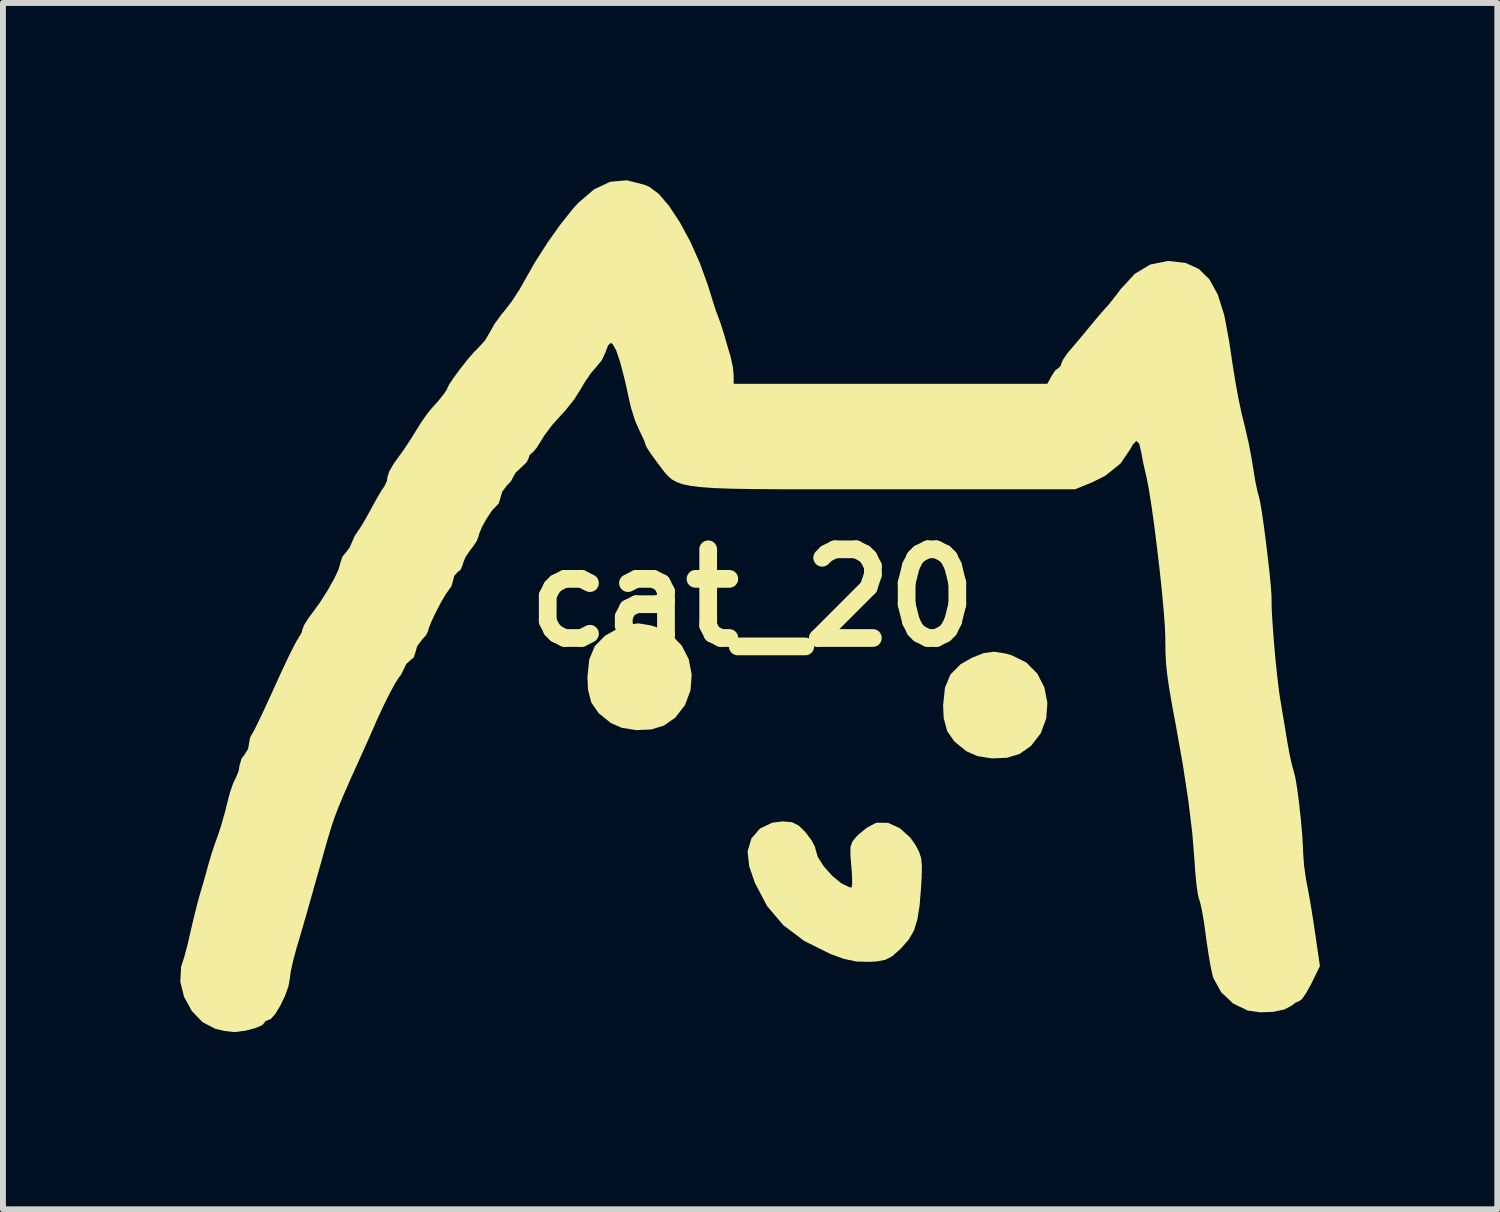
<source format=kicad_pcb>
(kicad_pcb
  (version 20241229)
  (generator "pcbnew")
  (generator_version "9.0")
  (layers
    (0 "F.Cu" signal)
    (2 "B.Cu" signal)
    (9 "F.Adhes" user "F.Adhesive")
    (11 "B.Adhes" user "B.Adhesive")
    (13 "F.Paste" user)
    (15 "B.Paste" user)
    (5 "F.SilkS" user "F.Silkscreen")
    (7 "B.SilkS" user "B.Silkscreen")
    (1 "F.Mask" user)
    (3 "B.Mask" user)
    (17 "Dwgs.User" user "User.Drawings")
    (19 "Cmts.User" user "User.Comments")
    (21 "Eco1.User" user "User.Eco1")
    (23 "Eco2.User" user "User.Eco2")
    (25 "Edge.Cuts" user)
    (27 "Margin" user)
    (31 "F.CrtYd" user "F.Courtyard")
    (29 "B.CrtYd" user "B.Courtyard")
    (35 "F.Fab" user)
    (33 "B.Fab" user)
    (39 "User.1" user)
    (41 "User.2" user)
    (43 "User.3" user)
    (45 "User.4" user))
  (footprint "cat_20"
    (layer "F.Cu")
    (at 9.68 7.064)
    (property "Reference" "cat_20" (at 0 0 0) (layer "F.SilkS") (effects (font (size 1.5 1.5) (thickness 0.3))))
    (attr board_only exclude_from_pos_files exclude_from_bom)
    (fp_poly (pts (xy -1.733 0.463) (xy -1.637 0.49) (xy -1.385 0.614) (xy -1.199 0.804) (xy -1.079 1.038) (xy -1.029 1.298) (xy -1.049 1.562) (xy -1.141 1.812) (xy -1.307 2.026) (xy -1.5 2.161) (xy -1.712 2.225) (xy -1.964 2.237) (xy -2.211 2.198) (xy -2.397 2.117) (xy -2.602 1.951) (xy -2.726 1.774) (xy -2.783 1.554) (xy -2.793 1.339) (xy -2.762 1.041) (xy -2.668 0.816) (xy -2.498 0.643) (xy -2.308 0.534) (xy -2.105 0.454) (xy -1.93 0.431)) (stroke (width 0) (type solid)) (fill yes) (layer "F.SilkS"))
    (fp_poly (pts (xy 4.284 0.942) (xy 4.38 0.969) (xy 4.632 1.093) (xy 4.819 1.283) (xy 4.938 1.517) (xy 4.988 1.777) (xy 4.968 2.042) (xy 4.876 2.291) (xy 4.71 2.505) (xy 4.517 2.64) (xy 4.306 2.704) (xy 4.053 2.716) (xy 3.807 2.677) (xy 3.62 2.596) (xy 3.415 2.43) (xy 3.292 2.253) (xy 3.234 2.033) (xy 3.224 1.819) (xy 3.255 1.52) (xy 3.349 1.295) (xy 3.519 1.123) (xy 3.709 1.014) (xy 3.912 0.933) (xy 4.087 0.91)) (stroke (width 0) (type solid)) (fill yes) (layer "F.SilkS"))
    (fp_poly (pts (xy 0.665 3.794) (xy 0.781 3.851) (xy 0.9 3.969) (xy 0.999 4.101) (xy 1.058 4.215) (xy 1.065 4.249) (xy 1.105 4.386) (xy 1.209 4.547) (xy 1.35 4.703) (xy 1.502 4.828) (xy 1.64 4.895) (xy 1.675 4.899) (xy 1.685 4.85) (xy 1.684 4.723) (xy 1.672 4.543) (xy 1.67 4.529) (xy 1.655 4.333) (xy 1.658 4.209) (xy 1.689 4.123) (xy 1.755 4.041) (xy 1.796 4) (xy 1.935 3.887) (xy 2.078 3.811) (xy 2.107 3.802) (xy 2.294 3.806) (xy 2.49 3.895) (xy 2.668 4.054) (xy 2.757 4.18) (xy 2.817 4.293) (xy 2.852 4.401) (xy 2.865 4.533) (xy 2.861 4.723) (xy 2.853 4.872) (xy 2.827 5.199) (xy 2.788 5.443) (xy 2.73 5.629) (xy 2.643 5.78) (xy 2.52 5.92) (xy 2.504 5.936) (xy 2.368 6.058) (xy 2.249 6.122) (xy 2.1 6.15) (xy 1.985 6.157) (xy 1.759 6.152) (xy 1.542 6.106) (xy 1.32 6.025) (xy 0.875 5.804) (xy 0.521 5.537) (xy 0.247 5.214) (xy 0.041 4.823) (xy -0.056 4.542) (xy -0.084 4.289) (xy -0.019 4.07) (xy 0.125 3.902) (xy 0.335 3.802) (xy 0.508 3.781)) (stroke (width 0) (type solid)) (fill yes) (layer "F.SilkS"))
    (fp_poly (pts (xy -1.826 -6.988) (xy -1.743 -6.952) (xy -1.584 -6.832) (xy -1.409 -6.627) (xy -1.229 -6.353) (xy -1.053 -6.027) (xy -0.892 -5.667) (xy -0.755 -5.289) (xy -0.725 -5.192) (xy -0.667 -5.004) (xy -0.615 -4.844) (xy -0.585 -4.766) (xy -0.541 -4.646) (xy -0.489 -4.483) (xy -0.478 -4.446) (xy -0.425 -4.263) (xy -0.374 -4.091) (xy -0.368 -4.07) (xy -0.332 -3.902) (xy -0.319 -3.764) (xy -0.319 -3.621) (xy 2.334 -3.621) (xy 4.987 -3.621) (xy 5.059 -3.754) (xy 5.124 -3.851) (xy 5.174 -3.887) (xy 5.216 -3.929) (xy 5.219 -3.954) (xy 5.253 -4.033) (xy 5.335 -4.149) (xy 5.366 -4.185) (xy 5.487 -4.327) (xy 5.631 -4.499) (xy 5.698 -4.581) (xy 5.818 -4.726) (xy 5.923 -4.848) (xy 5.966 -4.895) (xy 6.043 -4.984) (xy 6.153 -5.123) (xy 6.232 -5.228) (xy 6.469 -5.484) (xy 6.728 -5.639) (xy 7.018 -5.697) (xy 7.056 -5.698) (xy 7.326 -5.666) (xy 7.549 -5.565) (xy 7.729 -5.389) (xy 7.871 -5.13) (xy 7.981 -4.78) (xy 8.063 -4.34) (xy 8.121 -3.95) (xy 8.171 -3.64) (xy 8.218 -3.383) (xy 8.266 -3.153) (xy 8.322 -2.923) (xy 8.334 -2.875) (xy 8.392 -2.623) (xy 8.445 -2.345) (xy 8.471 -2.183) (xy 8.504 -1.98) (xy 8.541 -1.802) (xy 8.569 -1.704) (xy 8.589 -1.613) (xy 8.618 -1.44) (xy 8.651 -1.209) (xy 8.685 -0.946) (xy 8.718 -0.673) (xy 8.747 -0.416) (xy 8.768 -0.198) (xy 8.779 -0.044) (xy 8.78 0) (xy 8.782 0.173) (xy 8.796 0.422) (xy 8.818 0.717) (xy 8.845 1.028) (xy 8.876 1.326) (xy 8.907 1.581) (xy 8.925 1.7) (xy 8.968 1.96) (xy 9.013 2.228) (xy 9.049 2.45) (xy 9.054 2.476) (xy 9.09 2.673) (xy 9.13 2.846) (xy 9.155 2.929) (xy 9.184 3.047) (xy 9.216 3.244) (xy 9.248 3.491) (xy 9.277 3.76) (xy 9.3 4.023) (xy 9.313 4.251) (xy 9.315 4.319) (xy 9.33 4.53) (xy 9.363 4.759) (xy 9.375 4.824) (xy 9.407 4.99) (xy 9.448 5.224) (xy 9.49 5.49) (xy 9.515 5.657) (xy 9.598 6.228) (xy 9.455 6.522) (xy 9.371 6.676) (xy 9.298 6.783) (xy 9.258 6.816) (xy 9.18 6.85) (xy 9.128 6.893) (xy 9 6.962) (xy 8.807 7.003) (xy 8.587 7.011) (xy 8.379 6.981) (xy 8.376 6.98) (xy 8.131 6.863) (xy 7.928 6.671) (xy 7.796 6.432) (xy 7.786 6.401) (xy 7.754 6.259) (xy 7.717 6.048) (xy 7.68 5.804) (xy 7.666 5.698) (xy 7.634 5.468) (xy 7.599 5.271) (xy 7.568 5.137) (xy 7.555 5.101) (xy 7.533 5.012) (xy 7.509 4.844) (xy 7.488 4.622) (xy 7.476 4.437) (xy 7.439 3.978) (xy 7.373 3.435) (xy 7.28 2.825) (xy 7.163 2.167) (xy 7.161 2.157) (xy 7.095 1.802) (xy 7.048 1.527) (xy 7.016 1.306) (xy 6.996 1.114) (xy 6.986 0.925) (xy 6.983 0.715) (xy 6.983 0.678) (xy 6.975 0.478) (xy 6.954 0.201) (xy 6.923 -0.131) (xy 6.884 -0.496) (xy 6.84 -0.871) (xy 6.794 -1.235) (xy 6.748 -1.565) (xy 6.704 -1.84) (xy 6.666 -2.037) (xy 6.656 -2.077) (xy 6.613 -2.266) (xy 6.576 -2.461) (xy 6.576 -2.463) (xy 6.54 -2.611) (xy 6.492 -2.655) (xy 6.432 -2.593) (xy 6.4 -2.531) (xy 6.227 -2.274) (xy 5.966 -2.065) (xy 5.759 -1.961) (xy 5.458 -1.837) (xy 2.199 -1.837) (xy 1.508 -1.837) (xy 0.915 -1.837) (xy 0.413 -1.838) (xy -0.008 -1.841) (xy -0.356 -1.847) (xy -0.639 -1.857) (xy -0.864 -1.873) (xy -1.041 -1.894) (xy -1.178 -1.922) (xy -1.283 -1.959) (xy -1.364 -2.004) (xy -1.429 -2.059) (xy -1.488 -2.126) (xy -1.547 -2.204) (xy -1.611 -2.288) (xy -1.716 -2.432) (xy -1.789 -2.543) (xy -1.81 -2.592) (xy -1.834 -2.664) (xy -1.892 -2.788) (xy -1.913 -2.829) (xy -1.989 -3.004) (xy -2.054 -3.212) (xy -2.071 -3.281) (xy -2.16 -3.685) (xy -2.239 -3.986) (xy -2.307 -4.188) (xy -2.366 -4.294) (xy -2.4 -4.313) (xy -2.445 -4.268) (xy -2.482 -4.167) (xy -2.548 -4.022) (xy -2.639 -3.911) (xy -2.736 -3.799) (xy -2.844 -3.639) (xy -2.894 -3.552) (xy -3.015 -3.36) (xy -3.17 -3.165) (xy -3.239 -3.091) (xy -3.388 -2.926) (xy -3.524 -2.744) (xy -3.572 -2.665) (xy -3.653 -2.537) (xy -3.718 -2.46) (xy -3.737 -2.449) (xy -3.777 -2.407) (xy -3.781 -2.377) (xy -3.82 -2.296) (xy -3.914 -2.205) (xy -4.007 -2.118) (xy -4.047 -2.05) (xy -4.047 -2.049) (xy -4.084 -1.976) (xy -4.153 -1.903) (xy -4.235 -1.795) (xy -4.26 -1.707) (xy -4.292 -1.6) (xy -4.329 -1.56) (xy -4.403 -1.483) (xy -4.492 -1.351) (xy -4.575 -1.203) (xy -4.626 -1.081) (xy -4.633 -1.044) (xy -4.665 -0.961) (xy -4.745 -0.845) (xy -4.766 -0.82) (xy -4.853 -0.695) (xy -4.898 -0.585) (xy -4.899 -0.571) (xy -4.938 -0.474) (xy -4.979 -0.445) (xy -5.047 -0.372) (xy -5.059 -0.318) (xy -5.094 -0.195) (xy -5.126 -0.15) (xy -5.191 -0.06) (xy -5.275 0.085) (xy -5.363 0.254) (xy -5.437 0.411) (xy -5.48 0.525) (xy -5.485 0.552) (xy -5.522 0.632) (xy -5.591 0.707) (xy -5.673 0.816) (xy -5.698 0.906) (xy -5.731 1.009) (xy -5.776 1.045) (xy -5.856 1.117) (xy -5.886 1.176) (xy -5.945 1.298) (xy -5.981 1.346) (xy -6.04 1.436) (xy -6.129 1.598) (xy -6.235 1.81) (xy -6.345 2.046) (xy -6.405 2.183) (xy -6.468 2.326) (xy -6.556 2.524) (xy -6.651 2.735) (xy -6.654 2.742) (xy -6.803 3.071) (xy -6.915 3.326) (xy -7 3.529) (xy -7.066 3.702) (xy -7.122 3.867) (xy -7.177 4.047) (xy -7.223 4.207) (xy -7.303 4.492) (xy -7.394 4.812) (xy -7.475 5.101) (xy -7.478 5.112) (xy -7.554 5.379) (xy -7.637 5.665) (xy -7.71 5.912) (xy -7.717 5.936) (xy -7.772 6.141) (xy -7.812 6.323) (xy -7.828 6.444) (xy -7.828 6.445) (xy -7.851 6.573) (xy -7.91 6.736) (xy -7.99 6.902) (xy -8.076 7.042) (xy -8.151 7.125) (xy -8.179 7.135) (xy -8.246 7.164) (xy -8.254 7.186) (xy -8.301 7.232) (xy -8.419 7.28) (xy -8.572 7.32) (xy -8.727 7.342) (xy -8.786 7.343) (xy -8.936 7.325) (xy -9.088 7.29) (xy -9.306 7.176) (xy -9.486 6.987) (xy -9.616 6.75) (xy -9.68 6.493) (xy -9.667 6.243) (xy -9.643 6.166) (xy -9.607 6.055) (xy -9.56 5.876) (xy -9.511 5.667) (xy -9.506 5.644) (xy -9.452 5.41) (xy -9.394 5.18) (xy -9.346 5.005) (xy -9.283 4.792) (xy -9.221 4.569) (xy -9.21 4.526) (xy -9.148 4.317) (xy -9.073 4.096) (xy -9.054 4.047) (xy -8.99 3.855) (xy -8.924 3.623) (xy -8.891 3.488) (xy -8.842 3.298) (xy -8.787 3.139) (xy -8.75 3.063) (xy -8.693 2.929) (xy -8.68 2.844) (xy -8.645 2.719) (xy -8.6 2.662) (xy -8.534 2.557) (xy -8.52 2.48) (xy -8.5 2.364) (xy -8.473 2.314) (xy -8.435 2.249) (xy -8.364 2.106) (xy -8.267 1.902) (xy -8.153 1.654) (xy -8.091 1.518) (xy -7.97 1.252) (xy -7.859 1.017) (xy -7.767 0.831) (xy -7.704 0.714) (xy -7.686 0.688) (xy -7.627 0.587) (xy -7.615 0.536) (xy -7.584 0.456) (xy -7.505 0.333) (xy -7.461 0.274) (xy -7.322 0.084) (xy -7.19 -0.123) (xy -7.078 -0.321) (xy -7.002 -0.484) (xy -6.976 -0.582) (xy -6.937 -0.698) (xy -6.898 -0.744) (xy -6.818 -0.847) (xy -6.785 -0.923) (xy -6.726 -1.055) (xy -6.683 -1.118) (xy -6.624 -1.205) (xy -6.536 -1.354) (xy -6.446 -1.518) (xy -6.353 -1.687) (xy -6.274 -1.821) (xy -6.227 -1.888) (xy -6.184 -1.98) (xy -6.177 -2.04) (xy -6.145 -2.141) (xy -6.065 -2.278) (xy -6.023 -2.335) (xy -5.907 -2.496) (xy -5.776 -2.693) (xy -5.707 -2.806) (xy -5.602 -2.974) (xy -5.501 -3.118) (xy -5.448 -3.184) (xy -5.327 -3.318) (xy -5.228 -3.441) (xy -5.171 -3.525) (xy -5.165 -3.542) (xy -5.134 -3.607) (xy -5.053 -3.728) (xy -4.943 -3.877) (xy -4.824 -4.028) (xy -4.715 -4.155) (xy -4.64 -4.229) (xy -4.526 -4.354) (xy -4.443 -4.495) (xy -4.363 -4.637) (xy -4.245 -4.798) (xy -4.196 -4.856) (xy -4.073 -5.015) (xy -3.941 -5.218) (xy -3.861 -5.36) (xy -3.684 -5.672) (xy -3.474 -6.001) (xy -3.252 -6.314) (xy -3.042 -6.578) (xy -2.95 -6.68) (xy -2.679 -6.912) (xy -2.408 -7.039) (xy -2.126 -7.064)) (stroke (width 0) (type solid)) (fill yes) (layer "F.SilkS")))
  (gr_rect
    (start -3 -3)
    (end 22.279 17.407)
    (stroke (width 0.1) (type default))
    (fill no)
    (layer "Edge.Cuts")))
</source>
